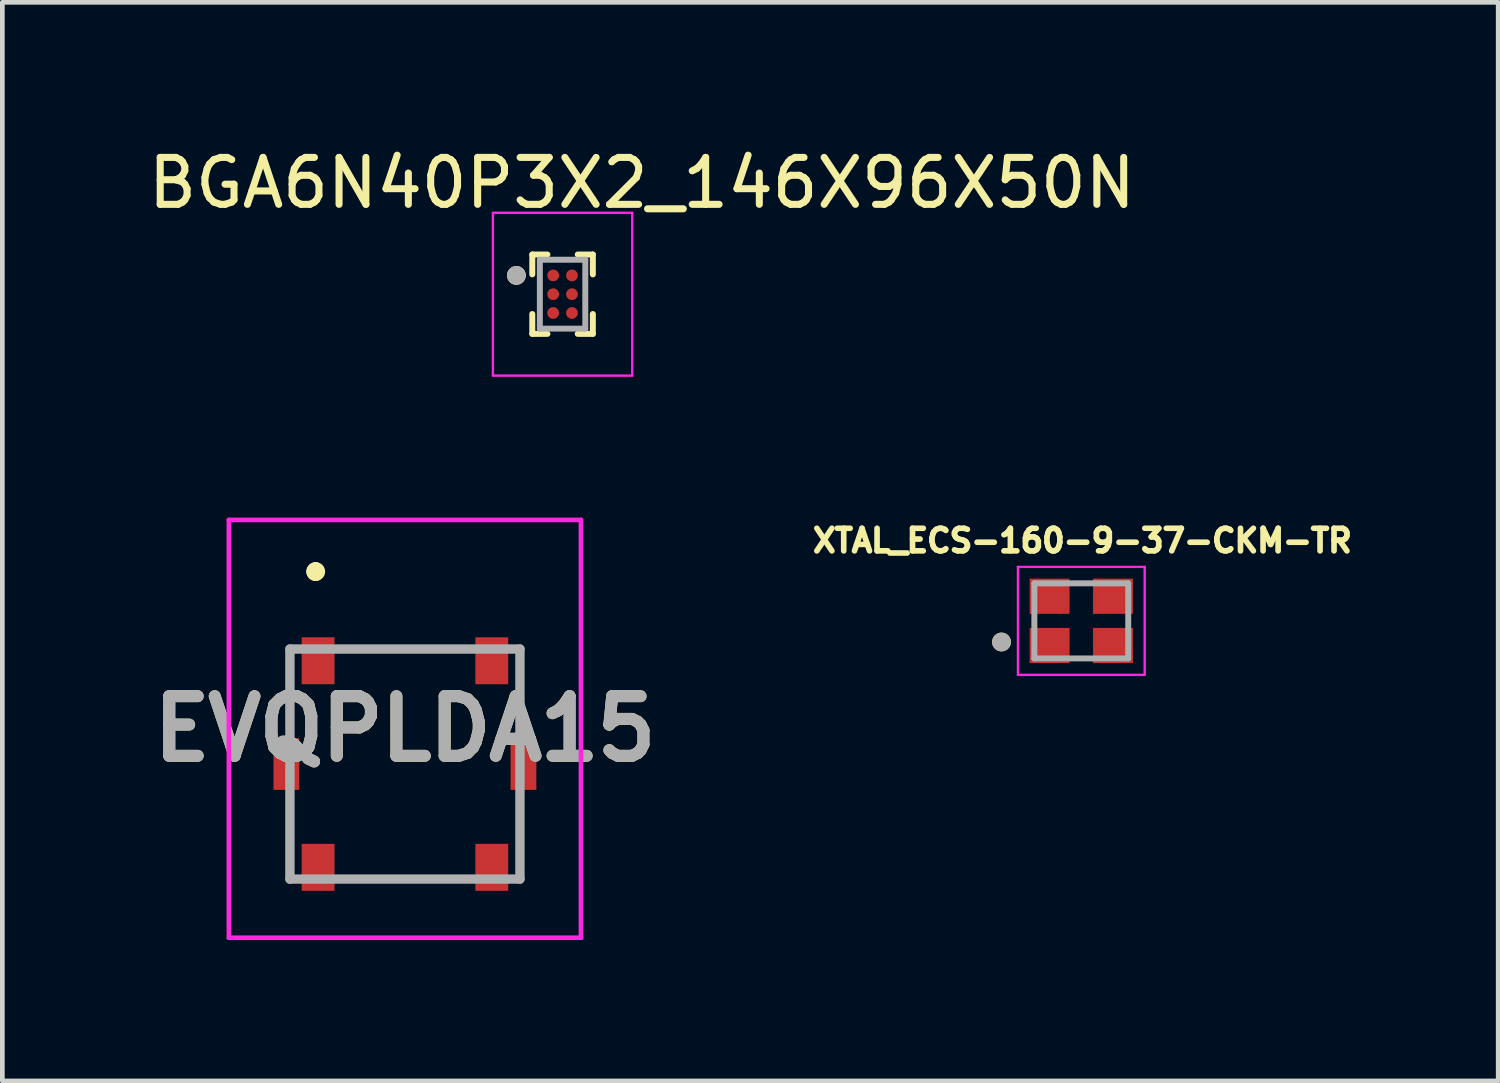
<source format=kicad_pcb>
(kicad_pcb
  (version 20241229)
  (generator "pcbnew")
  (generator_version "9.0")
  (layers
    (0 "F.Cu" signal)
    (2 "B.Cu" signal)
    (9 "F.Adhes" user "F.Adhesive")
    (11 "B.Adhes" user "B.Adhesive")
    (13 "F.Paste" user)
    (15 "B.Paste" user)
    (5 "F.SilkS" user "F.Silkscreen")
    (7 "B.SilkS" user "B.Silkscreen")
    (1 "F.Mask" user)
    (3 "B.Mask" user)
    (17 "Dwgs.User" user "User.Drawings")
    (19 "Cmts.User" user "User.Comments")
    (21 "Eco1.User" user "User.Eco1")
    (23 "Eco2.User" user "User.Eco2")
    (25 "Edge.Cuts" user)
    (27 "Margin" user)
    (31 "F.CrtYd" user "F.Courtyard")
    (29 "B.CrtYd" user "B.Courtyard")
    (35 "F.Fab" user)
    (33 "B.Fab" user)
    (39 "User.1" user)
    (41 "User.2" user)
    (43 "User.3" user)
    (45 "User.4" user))
  (footprint "XTAL_ECS-160-9-37-CKM-TR"
    (layer "F.Cu")
    (at 19.984 10.176)
    (property "Reference" "XTAL_ECS-160-9-37-CKM-TR" (at 0.024 -1.708 0) (layer "F.SilkS") (effects (font (size 0.481 0.481) (thickness 0.15))))
    (attr smd)
    (fp_circle (center -1.7 0.45) (end -1.6 0.45) (stroke (width 0.2) (type solid)) (fill no) (layer "F.SilkS"))
    (fp_line (start -1.35 -1.15) (end -1.35 1.15) (stroke (width 0.05) (type solid)) (layer "F.CrtYd"))
    (fp_line (start -1.35 1.15) (end 1.35 1.15) (stroke (width 0.05) (type solid)) (layer "F.CrtYd"))
    (fp_line (start 1.35 -1.15) (end -1.35 -1.15) (stroke (width 0.05) (type solid)) (layer "F.CrtYd"))
    (fp_line (start 1.35 1.15) (end 1.35 -1.15) (stroke (width 0.05) (type solid)) (layer "F.CrtYd"))
    (fp_line (start -1 -0.8) (end -1 0.8) (stroke (width 0.127) (type solid)) (layer "F.Fab"))
    (fp_line (start -1 0.8) (end 1 0.8) (stroke (width 0.127) (type solid)) (layer "F.Fab"))
    (fp_line (start 1 -0.8) (end -1 -0.8) (stroke (width 0.127) (type solid)) (layer "F.Fab"))
    (fp_line (start 1 0.8) (end 1 -0.8) (stroke (width 0.127) (type solid)) (layer "F.Fab"))
    (fp_circle (center -1.7 0.45) (end -1.6 0.45) (stroke (width 0.2) (type solid)) (fill no) (layer "F.Fab"))
    (pad "1" smd rect (at -0.675 0.525) (size 0.85 0.75) (layers "F.Cu" "F.Mask" "F.Paste"))
    (pad "2" smd rect (at 0.675 0.525) (size 0.85 0.75) (layers "F.Cu" "F.Mask" "F.Paste"))
    (pad "3" smd rect (at 0.675 -0.525) (size 0.85 0.75) (layers "F.Cu" "F.Mask" "F.Paste"))
    (pad "4" smd rect (at -0.675 -0.525) (size 0.85 0.75) (layers "F.Cu" "F.Mask" "F.Paste")))
  (footprint "EVQPLDA15"
    (layer "F.Cu")
    (at 5.576 13.226)
    (property "Reference" "EVQPLDA15" (at 0 -0.75 0) (layer "F.SilkS") (effects (font (size 1.27 1.27) (thickness 0.254))))
    (attr smd)
    (fp_line (start -2.45 -0.8) (end -2.45 -1.4) (stroke (width 0.1) (type solid)) (layer "F.SilkS"))
    (fp_line (start -2.45 0.8) (end -2.45 1.4) (stroke (width 0.1) (type solid)) (layer "F.SilkS"))
    (fp_line (start -1.9 -4.2) (end -1.9 -4.2) (stroke (width 0.2) (type solid)) (layer "F.SilkS"))
    (fp_line (start -1.9 -4.2) (end -1.9 -4.2) (stroke (width 0.2) (type solid)) (layer "F.SilkS"))
    (fp_line (start -1.9 -4) (end -1.9 -4) (stroke (width 0.2) (type solid)) (layer "F.SilkS"))
    (fp_line (start -1.25 -2.45) (end -1.25 -2.45) (stroke (width 0.1) (type solid)) (layer "F.SilkS"))
    (fp_line (start -1.25 -2.45) (end 1 -2.45) (stroke (width 0.1) (type solid)) (layer "F.SilkS"))
    (fp_line (start -1 2.45) (end -1 2.45) (stroke (width 0.1) (type solid)) (layer "F.SilkS"))
    (fp_line (start -1 2.45) (end 1 2.45) (stroke (width 0.1) (type solid)) (layer "F.SilkS"))
    (fp_line (start 1 -2.45) (end -1.25 -2.45) (stroke (width 0.1) (type solid)) (layer "F.SilkS"))
    (fp_line (start 1 -2.45) (end 1 -2.45) (stroke (width 0.1) (type solid)) (layer "F.SilkS"))
    (fp_line (start 1 2.45) (end -1 2.45) (stroke (width 0.1) (type solid)) (layer "F.SilkS"))
    (fp_line (start 1 2.45) (end 1 2.45) (stroke (width 0.1) (type solid)) (layer "F.SilkS"))
    (fp_line (start 2.45 -0.8) (end 2.45 -1.4) (stroke (width 0.1) (type solid)) (layer "F.SilkS"))
    (fp_line (start 2.45 0.8) (end 2.45 1.4) (stroke (width 0.1) (type solid)) (layer "F.SilkS"))
    (fp_arc (start -1.9 -4.2) (mid -1.8 -4.1) (end -1.9 -4) (stroke (width 0.2) (type solid)) (layer "F.SilkS"))
    (fp_arc (start -1.9 -4) (mid -2 -4.1) (end -1.9 -4.2) (stroke (width 0.2) (type solid)) (layer "F.SilkS"))
    (fp_arc (start -1.9 -4) (mid -2 -4.1) (end -1.9 -4.2) (stroke (width 0.2) (type solid)) (layer "F.SilkS"))
    (fp_line (start -3.75 -5.2) (end 3.75 -5.2) (stroke (width 0.1) (type solid)) (layer "F.CrtYd"))
    (fp_line (start -3.75 3.7) (end -3.75 -5.2) (stroke (width 0.1) (type solid)) (layer "F.CrtYd"))
    (fp_line (start 3.75 -5.2) (end 3.75 3.7) (stroke (width 0.1) (type solid)) (layer "F.CrtYd"))
    (fp_line (start 3.75 3.7) (end -3.75 3.7) (stroke (width 0.1) (type solid)) (layer "F.CrtYd"))
    (fp_line (start -2.45 -2.45) (end -2.45 2.45) (stroke (width 0.2) (type solid)) (layer "F.Fab"))
    (fp_line (start -2.45 2.45) (end 2.45 2.45) (stroke (width 0.2) (type solid)) (layer "F.Fab"))
    (fp_line (start 2.45 -2.45) (end -2.45 -2.45) (stroke (width 0.2) (type solid)) (layer "F.Fab"))
    (fp_line (start 2.45 2.45) (end 2.45 -2.45) (stroke (width 0.2) (type solid)) (layer "F.Fab"))
    (fp_text user "${REFERENCE}" (at 0 -0.75 0) (layer "F.Fab") (effects (font (size 1.27 1.27) (thickness 0.254))))
    (pad "A1" smd rect (at -1.85 -2.2) (size 0.7 1) (layers "F.Cu" "F.Mask" "F.Paste"))
    (pad "A2" smd rect (at -1.85 2.2) (size 0.7 1) (layers "F.Cu" "F.Mask" "F.Paste"))
    (pad "B1" smd rect (at 1.85 -2.2) (size 0.7 1) (layers "F.Cu" "F.Mask" "F.Paste"))
    (pad "B2" smd rect (at 1.85 2.2) (size 0.7 1) (layers "F.Cu" "F.Mask" "F.Paste"))
    (pad "G1" smd rect (at -2.525 0) (size 0.55 1.1) (layers "F.Cu" "F.Mask" "F.Paste"))
    (pad "G2" smd rect (at 2.525 0) (size 0.55 1.1) (layers "F.Cu" "F.Mask" "F.Paste")))
  (footprint "BGA6N40P3X2_146X96X50N"
    (layer "F.Cu")
    (at 8.934 3.217)
    (property "Reference" "BGA6N40P3X2_146X96X50N" (at 1.691 -2.369 0) (layer "F.SilkS") (effects (font (size 1 1) (thickness 0.15))))
    (attr smd)
    (fp_circle (center -0.2 -0.4) (end -0.113 -0.4) (stroke (width 0.175) (type solid)) (fill no) (layer "F.Mask"))
    (fp_circle (center -0.2 0) (end -0.113 0) (stroke (width 0.175) (type solid)) (fill no) (layer "F.Mask"))
    (fp_circle (center -0.2 0.4) (end -0.113 0.4) (stroke (width 0.175) (type solid)) (fill no) (layer "F.Mask"))
    (fp_circle (center 0.2 -0.4) (end 0.287 -0.4) (stroke (width 0.175) (type solid)) (fill no) (layer "F.Mask"))
    (fp_circle (center 0.2 0) (end 0.287 0) (stroke (width 0.175) (type solid)) (fill no) (layer "F.Mask"))
    (fp_circle (center 0.2 0.4) (end 0.287 0.4) (stroke (width 0.175) (type solid)) (fill no) (layer "F.Mask"))
    (fp_line (start -0.645 -0.845) (end -0.645 -0.422) (stroke (width 0.127) (type solid)) (layer "F.SilkS"))
    (fp_line (start -0.645 -0.845) (end -0.323 -0.845) (stroke (width 0.127) (type solid)) (layer "F.SilkS"))
    (fp_line (start -0.645 0.845) (end -0.645 0.422) (stroke (width 0.127) (type solid)) (layer "F.SilkS"))
    (fp_line (start -0.645 0.845) (end -0.323 0.845) (stroke (width 0.127) (type solid)) (layer "F.SilkS"))
    (fp_line (start 0.645 -0.845) (end 0.323 -0.845) (stroke (width 0.127) (type solid)) (layer "F.SilkS"))
    (fp_line (start 0.645 -0.845) (end 0.645 -0.422) (stroke (width 0.127) (type solid)) (layer "F.SilkS"))
    (fp_line (start 0.645 0.845) (end 0.323 0.845) (stroke (width 0.127) (type solid)) (layer "F.SilkS"))
    (fp_line (start 0.645 0.845) (end 0.645 0.422) (stroke (width 0.127) (type solid)) (layer "F.SilkS"))
    (fp_circle (center -0.984 -0.4) (end -0.884 -0.4) (stroke (width 0.2) (type solid)) (fill no) (layer "F.SilkS"))
    (fp_line (start -1.484 -1.734) (end 1.484 -1.734) (stroke (width 0.05) (type solid)) (layer "F.CrtYd"))
    (fp_line (start -1.484 1.734) (end -1.484 -1.734) (stroke (width 0.05) (type solid)) (layer "F.CrtYd"))
    (fp_line (start -1.484 1.734) (end 1.484 1.734) (stroke (width 0.05) (type solid)) (layer "F.CrtYd"))
    (fp_line (start 1.484 1.734) (end 1.484 -1.734) (stroke (width 0.05) (type solid)) (layer "F.CrtYd"))
    (fp_line (start -0.484 0.734) (end -0.484 -0.734) (stroke (width 0.127) (type solid)) (layer "F.Fab"))
    (fp_line (start 0.484 -0.734) (end -0.484 -0.734) (stroke (width 0.127) (type solid)) (layer "F.Fab"))
    (fp_line (start 0.484 0.734) (end -0.484 0.734) (stroke (width 0.127) (type solid)) (layer "F.Fab"))
    (fp_line (start 0.484 0.734) (end 0.484 -0.734) (stroke (width 0.127) (type solid)) (layer "F.Fab"))
    (fp_circle (center -0.984 -0.4) (end -0.884 -0.4) (stroke (width 0.2) (type solid)) (fill no) (layer "F.Fab"))
    (pad "A1" smd circle (at -0.2 -0.4) (size 0.25 0.25) (layers "F.Cu" "F.Paste"))
    (pad "A2" smd circle (at 0.2 -0.4) (size 0.25 0.25) (layers "F.Cu" "F.Paste"))
    (pad "B1" smd circle (at -0.2 0) (size 0.25 0.25) (layers "F.Cu" "F.Paste"))
    (pad "B2" smd circle (at 0.2 0) (size 0.25 0.25) (layers "F.Cu" "F.Paste"))
    (pad "C1" smd circle (at -0.2 0.4) (size 0.25 0.25) (layers "F.Cu" "F.Paste"))
    (pad "C2" smd circle (at 0.2 0.4) (size 0.25 0.25) (layers "F.Cu" "F.Paste")))
  (gr_rect
    (start -3 -3)
    (end 28.865 19.976)
    (stroke (width 0.1) (type default))
    (fill no)
    (layer "Edge.Cuts")))
</source>
